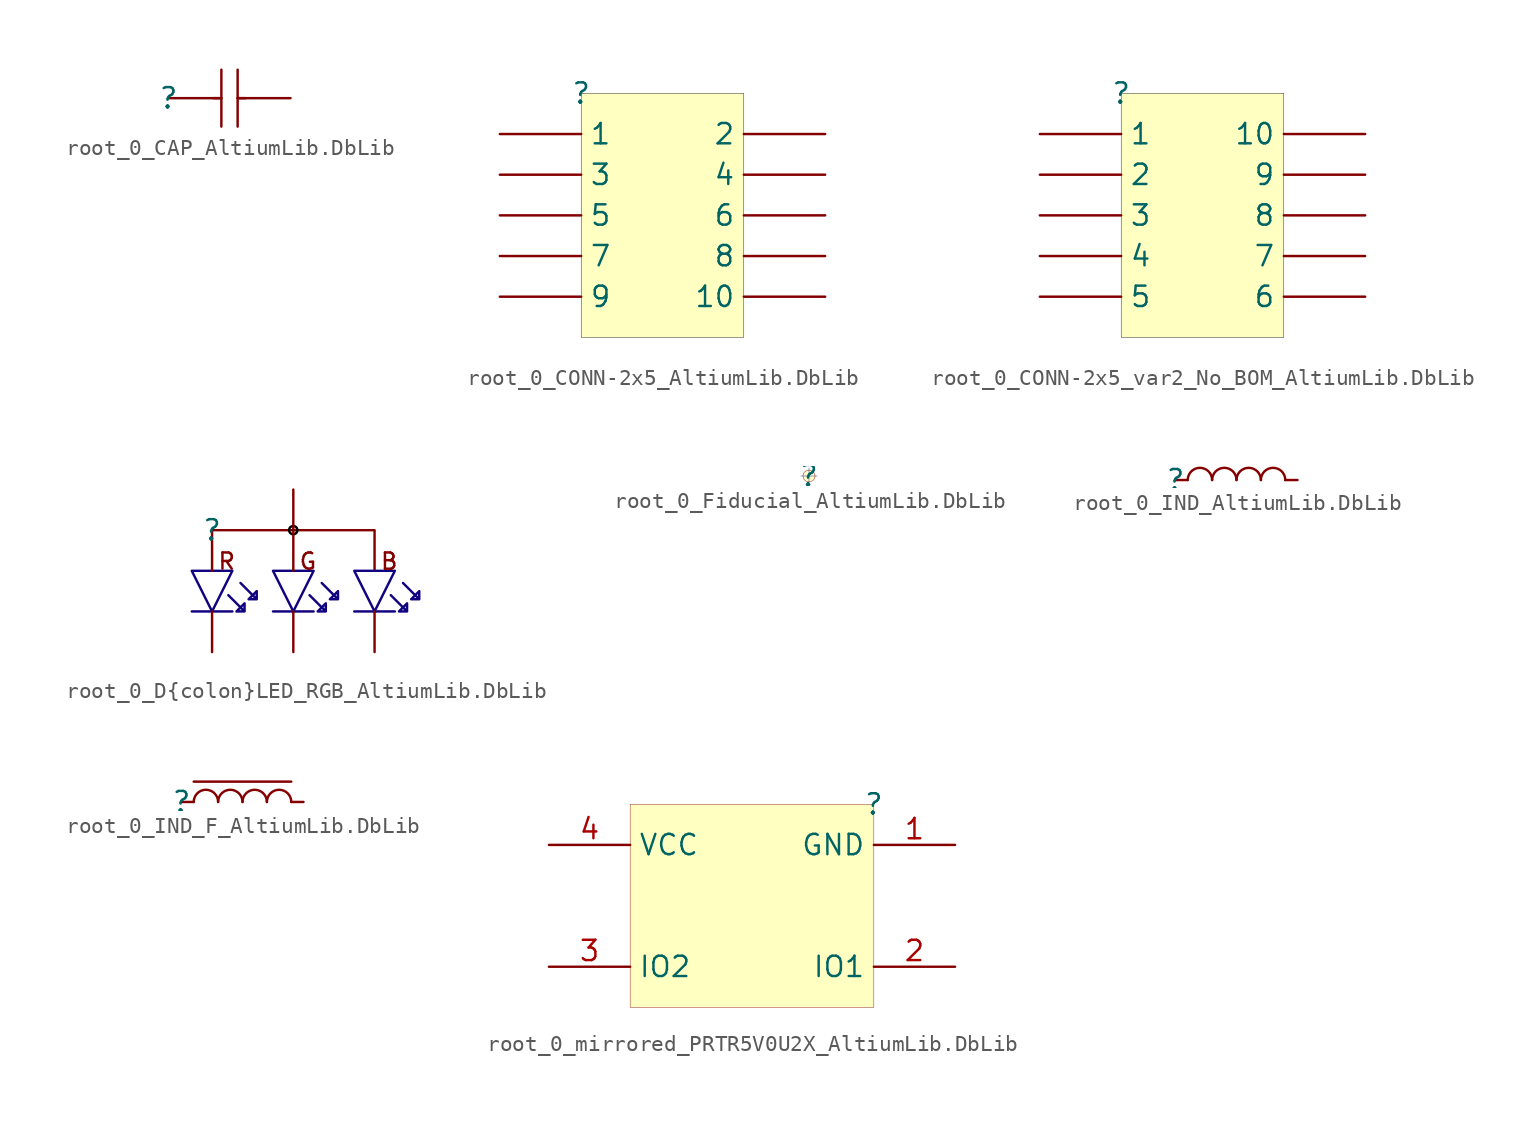
<source format=kicad_sym>
(kicad_symbol_lib
  (version 20241209)
  (generator "kicad_symbol_editor")
  (generator_version "9.0")
  (symbol "root_0_CAP_AltiumLib.DbLib"
    (pin_numbers
      (hide yes))
    (pin_names
      (hide yes))
    (property "Reference" ""
      (at 0 0 0)
      (effects (font (size 1.27 1.27))))
    (property "Value" ""
      (at 0 0 0)
      (effects (font (size 1.27 1.27))))
    (symbol "root_0_CAP_AltiumLib.DbLib_1_0"
      (polyline (pts (xy 3.302 0) (xy 2.794 0)) (stroke (width 0) (type solid)) (fill (type none)))
      (polyline (pts (xy 3.302 -1.778) (xy 3.302 1.778)) (stroke (width 0) (type solid)) (fill (type none)))
      (polyline (pts (xy 4.318 0) (xy 4.826 0)) (stroke (width 0) (type solid)) (fill (type none)))
      (polyline (pts (xy 4.318 -1.778) (xy 4.318 1.778)) (stroke (width 0) (type solid)) (fill (type none)))
      (pin passive line (at 0 0 0) (length 3.302) (name "1" (effects (font (size 1.27 1.27)))) (number "1" (effects (font (size 1.27 1.27)))))
      (pin passive line (at 7.62 0 180) (length 3.302) (name "2" (effects (font (size 1.27 1.27)))) (number "2" (effects (font (size 1.27 1.27)))))))
  (symbol "root_0_CONN-2x5_AltiumLib.DbLib"
    (pin_numbers
      (hide yes))
    (property "Reference" ""
      (at 0 0 0)
      (effects (font (size 1.27 1.27))))
    (property "Value" ""
      (at 0 0 0)
      (effects (font (size 1.27 1.27))))
    (symbol "root_0_CONN-2x5_AltiumLib.DbLib_1_0"
      (rectangle (start 10.16 0) (end 0 -15.24) (stroke (width 0.025) (type solid) (color 0 0 0 1)) (fill (type background)))
      (pin passive line (at -5.08 -2.54 0) (length 5.08) (name "1" (effects (font (size 1.27 1.27)))) (number "1" (effects (font (size 1.27 1.27)))))
      (pin passive line (at -5.08 -5.08 0) (length 5.08) (name "3" (effects (font (size 1.27 1.27)))) (number "3" (effects (font (size 1.27 1.27)))))
      (pin passive line (at -5.08 -7.62 0) (length 5.08) (name "5" (effects (font (size 1.27 1.27)))) (number "5" (effects (font (size 1.27 1.27)))))
      (pin passive line (at -5.08 -10.16 0) (length 5.08) (name "7" (effects (font (size 1.27 1.27)))) (number "7" (effects (font (size 1.27 1.27)))))
      (pin passive line (at -5.08 -12.7 0) (length 5.08) (name "9" (effects (font (size 1.27 1.27)))) (number "9" (effects (font (size 1.27 1.27)))))
      (pin passive line (at 15.24 -2.54 180) (length 5.08) (name "2" (effects (font (size 1.27 1.27)))) (number "2" (effects (font (size 1.27 1.27)))))
      (pin passive line (at 15.24 -5.08 180) (length 5.08) (name "4" (effects (font (size 1.27 1.27)))) (number "4" (effects (font (size 1.27 1.27)))))
      (pin passive line (at 15.24 -7.62 180) (length 5.08) (name "6" (effects (font (size 1.27 1.27)))) (number "6" (effects (font (size 1.27 1.27)))))
      (pin passive line (at 15.24 -10.16 180) (length 5.08) (name "8" (effects (font (size 1.27 1.27)))) (number "8" (effects (font (size 1.27 1.27)))))
      (pin passive line (at 15.24 -12.7 180) (length 5.08) (name "10" (effects (font (size 1.27 1.27)))) (number "10" (effects (font (size 1.27 1.27)))))))
  (symbol "root_0_CONN-2x5_var2_No_BOM_AltiumLib.DbLib"
    (pin_numbers
      (hide yes))
    (property "Reference" ""
      (at 0 0 0)
      (effects (font (size 1.27 1.27))))
    (property "Value" ""
      (at 0 0 0)
      (effects (font (size 1.27 1.27))))
    (symbol "root_0_CONN-2x5_var2_No_BOM_AltiumLib.DbLib_1_0"
      (rectangle (start 10.16 0) (end 0 -15.24) (stroke (width 0.025) (type solid) (color 0 0 0 1)) (fill (type background)))
      (pin passive line (at -5.08 -2.54 0) (length 5.08) (name "1" (effects (font (size 1.27 1.27)))) (number "1" (effects (font (size 1.27 1.27)))))
      (pin passive line (at -5.08 -5.08 0) (length 5.08) (name "2" (effects (font (size 1.27 1.27)))) (number "2" (effects (font (size 1.27 1.27)))))
      (pin passive line (at -5.08 -7.62 0) (length 5.08) (name "3" (effects (font (size 1.27 1.27)))) (number "3" (effects (font (size 1.27 1.27)))))
      (pin passive line (at -5.08 -10.16 0) (length 5.08) (name "4" (effects (font (size 1.27 1.27)))) (number "4" (effects (font (size 1.27 1.27)))))
      (pin passive line (at -5.08 -12.7 0) (length 5.08) (name "5" (effects (font (size 1.27 1.27)))) (number "5" (effects (font (size 1.27 1.27)))))
      (pin passive line (at 15.24 -2.54 180) (length 5.08) (name "10" (effects (font (size 1.27 1.27)))) (number "10" (effects (font (size 1.27 1.27)))))
      (pin passive line (at 15.24 -5.08 180) (length 5.08) (name "9" (effects (font (size 1.27 1.27)))) (number "9" (effects (font (size 1.27 1.27)))))
      (pin passive line (at 15.24 -7.62 180) (length 5.08) (name "8" (effects (font (size 1.27 1.27)))) (number "8" (effects (font (size 1.27 1.27)))))
      (pin passive line (at 15.24 -10.16 180) (length 5.08) (name "7" (effects (font (size 1.27 1.27)))) (number "7" (effects (font (size 1.27 1.27)))))
      (pin passive line (at 15.24 -12.7 180) (length 5.08) (name "6" (effects (font (size 1.27 1.27)))) (number "6" (effects (font (size 1.27 1.27)))))))
  (symbol "root_0_D{colon}LED_RGB_AltiumLib.DbLib"
    (pin_numbers
      (hide yes))
    (pin_names
      (hide yes))
    (property "Reference" ""
      (at 0 0 0)
      (effects (font (size 1.27 1.27))))
    (property "Value" ""
      (at 0 0 0)
      (effects (font (size 1.27 1.27))))
    (symbol "root_0_D{colon}LED_RGB_AltiumLib.DbLib_1_0"
      (polyline (pts (xy -1.27 -2.54) (xy 0 -5.08) (xy 1.27 -2.54) (xy -1.27 -2.54)) (stroke (width 0) (type solid) (color 17 3 127 1)) (fill (type none)))
      (polyline (pts (xy -1.27 -5.08) (xy 0 -5.08)) (stroke (width 0) (type solid) (color 17 3 127 1)) (fill (type none)))
      (polyline (pts (xy 0 -2.54) (xy 0 0) (xy 10.16 0) (xy 10.16 -2.54)) (stroke (width 0) (type solid)) (fill (type none)))
      (polyline (pts (xy 0 -5.08) (xy 1.27 -5.08)) (stroke (width 0) (type solid) (color 17 3 127 1)) (fill (type none)))
      (polyline (pts (xy 1.016 -4.064) (xy 2.032 -5.08) (xy 2.032 -4.572) (xy 1.524 -5.08) (xy 2.032 -5.08)) (stroke (width 0) (type solid) (color 17 3 127 1)) (fill (type none)))
      (polyline (pts (xy 1.778 -3.302) (xy 2.794 -4.318) (xy 2.794 -3.81) (xy 2.286 -4.318) (xy 2.794 -4.318)) (stroke (width 0) (type solid) (color 17 3 127 1)) (fill (type none)))
      (polyline (pts (xy 3.81 -2.54) (xy 5.08 -5.08) (xy 6.35 -2.54) (xy 3.81 -2.54)) (stroke (width 0) (type solid) (color 17 3 127 1)) (fill (type none)))
      (polyline (pts (xy 3.81 -5.08) (xy 5.08 -5.08)) (stroke (width 0) (type solid) (color 17 3 127 1)) (fill (type none)))
      (arc (start 5.3332 -0.0198) (mid 4.8262 0.0099) (end 5.334 0) (stroke (width 0) (type solid) (color 0 0 0 1)) (fill (type none)))
      (polyline (pts (xy 5.08 -2.54) (xy 5.08 0)) (stroke (width 0) (type solid)) (fill (type none)))
      (polyline (pts (xy 5.08 -5.08) (xy 6.35 -5.08)) (stroke (width 0) (type solid) (color 17 3 127 1)) (fill (type none)))
      (polyline (pts (xy 6.096 -4.064) (xy 7.112 -5.08) (xy 7.112 -4.572) (xy 6.604 -5.08) (xy 7.112 -5.08)) (stroke (width 0) (type solid) (color 17 3 127 1)) (fill (type none)))
      (polyline (pts (xy 6.858 -3.302) (xy 7.874 -4.318) (xy 7.874 -3.81) (xy 7.366 -4.318) (xy 7.874 -4.318)) (stroke (width 0) (type solid) (color 17 3 127 1)) (fill (type none)))
      (polyline (pts (xy 8.89 -2.54) (xy 10.16 -5.08) (xy 11.43 -2.54) (xy 8.89 -2.54)) (stroke (width 0) (type solid) (color 17 3 127 1)) (fill (type none)))
      (polyline (pts (xy 8.89 -5.08) (xy 10.16 -5.08)) (stroke (width 0) (type solid) (color 17 3 127 1)) (fill (type none)))
      (polyline (pts (xy 10.16 -5.08) (xy 11.43 -5.08)) (stroke (width 0) (type solid) (color 17 3 127 1)) (fill (type none)))
      (polyline (pts (xy 11.176 -4.064) (xy 12.192 -5.08) (xy 12.192 -4.572) (xy 11.684 -5.08) (xy 12.192 -5.08)) (stroke (width 0) (type solid) (color 17 3 127 1)) (fill (type none)))
      (polyline (pts (xy 11.938 -3.302) (xy 12.954 -4.318) (xy 12.954 -3.81) (xy 12.446 -4.318) (xy 12.954 -4.318)) (stroke (width 0) (type solid) (color 17 3 127 1)) (fill (type none)))
      (text "R" (at 1.524 -2.54 0) (effects (font (size 1.016 1.016)) (justify right bottom)))
      (text "G" (at 6.604 -2.54 0) (effects (font (size 1.016 1.016)) (justify right bottom)))
      (text "B" (at 11.684 -2.54 0) (effects (font (size 1.016 1.016)) (justify right bottom)))
      (pin passive line (at 0 -7.62 90) (length 2.54) (name "C_RED" (effects (font (size 1.27 1.27)))) (number "1" (effects (font (size 1.27 1.27)))))
      (pin passive line (at 5.08 2.54 270) (length 2.54) (name "A" (effects (font (size 1.27 1.27)))) (number "4" (effects (font (size 1.27 1.27)))))
      (pin passive line (at 5.08 -7.62 90) (length 2.54) (name "C_GREEN" (effects (font (size 1.27 1.27)))) (number "2" (effects (font (size 1.27 1.27)))))
      (pin passive line (at 10.16 -7.62 90) (length 2.54) (name "C_BLUE" (effects (font (size 1.27 1.27)))) (number "3" (effects (font (size 1.27 1.27)))))))
  (symbol "root_0_Fiducial_AltiumLib.DbLib"
    (pin_numbers
      (hide yes))
    (pin_names
      (hide yes))
    (property "Reference" ""
      (at 0 0 0)
      (effects (font (size 1.27 1.27))))
    (property "Value" ""
      (at 0 0 0)
      (effects (font (size 1.27 1.27))))
    (symbol "root_0_Fiducial_AltiumLib.DbLib_1_0"
      (polyline (pts (xy -0.508 0) (xy 0.508 0)) (stroke (width 0.025) (type solid) (color 0 0 180 1)) (fill (type none)))
      (bezier (pts (xy -0.378 0) (xy -0.378 -0.205) (xy -0.209 -0.372) (xy 0 -0.372)) (stroke (width 0.025) (type solid)) (fill (type background)))
      (polyline (pts (xy 0 0.508) (xy 0 -0.508)) (stroke (width 0.025) (type solid) (color 0 0 180 1)) (fill (type none)))
      (bezier (pts (xy 0 0.372) (xy -0.209 0.372) (xy -0.378 0.205) (xy -0.378 0)) (stroke (width 0.025) (type solid)) (fill (type background)))
      (bezier (pts (xy 0 -0.372) (xy 0.209 -0.372) (xy 0.378 -0.205) (xy 0.378 0)) (stroke (width 0.025) (type solid)) (fill (type background)))
      (polyline (pts (xy 0.378 0) (xy 0 0.372) (xy -0.378 0) (xy 0 -0.372) (xy 0.378 0)) (stroke (width -0.0001) (type default)) (fill (type background)))
      (bezier (pts (xy 0.378 0) (xy 0.378 0.205) (xy 0.209 0.372) (xy 0 0.372)) (stroke (width 0.025) (type solid)) (fill (type background)))))
  (symbol "root_0_IND_AltiumLib.DbLib"
    (pin_numbers
      (hide yes))
    (pin_names
      (hide yes))
    (property "Reference" ""
      (at 0 0 0)
      (effects (font (size 1.27 1.27))))
    (property "Value" ""
      (at 0 0 0)
      (effects (font (size 1.27 1.27))))
    (symbol "root_0_IND_AltiumLib.DbLib_1_0"
      (arc (start 0.762 0) (mid 1.524 0.762) (end 2.286 0) (stroke (width 0) (type solid)) (fill (type none)))
      (arc (start 2.286 0) (mid 3.048 0.762) (end 3.81 0) (stroke (width 0) (type solid)) (fill (type none)))
      (arc (start 3.81 0) (mid 4.572 0.762) (end 5.334 0) (stroke (width 0) (type solid)) (fill (type none)))
      (arc (start 5.334 0) (mid 6.096 0.762) (end 6.858 0) (stroke (width 0) (type solid)) (fill (type none)))
      (pin passive line (at 0 0 0) (length 0.762) (name "1" (effects (font (size 1.27 1.27)))) (number "1" (effects (font (size 1.27 1.27)))))
      (pin passive line (at 7.62 0 180) (length 0.762) (name "2" (effects (font (size 1.27 1.27)))) (number "2" (effects (font (size 1.27 1.27)))))))
  (symbol "root_0_IND_F_AltiumLib.DbLib"
    (pin_numbers
      (hide yes))
    (pin_names
      (hide yes))
    (property "Reference" ""
      (at 0 0 0)
      (effects (font (size 1.27 1.27))))
    (property "Value" ""
      (at 0 0 0)
      (effects (font (size 1.27 1.27))))
    (symbol "root_0_IND_F_AltiumLib.DbLib_1_0"
      (polyline (pts (xy 0.762 1.27) (xy 6.858 1.27)) (stroke (width 0) (type solid)) (fill (type none)))
      (arc (start 0.762 0) (mid 1.524 0.762) (end 2.286 0) (stroke (width 0) (type solid)) (fill (type none)))
      (arc (start 2.286 0) (mid 3.048 0.762) (end 3.81 0) (stroke (width 0) (type solid)) (fill (type none)))
      (arc (start 3.81 0) (mid 4.572 0.762) (end 5.334 0) (stroke (width 0) (type solid)) (fill (type none)))
      (arc (start 5.334 0) (mid 6.096 0.762) (end 6.858 0) (stroke (width 0) (type solid)) (fill (type none)))
      (pin passive line (at 0 0 0) (length 0.762) (name "1" (effects (font (size 1.27 1.27)))) (number "1" (effects (font (size 1.27 1.27)))))
      (pin passive line (at 7.62 0 180) (length 0.762) (name "2" (effects (font (size 1.27 1.27)))) (number "2" (effects (font (size 1.27 1.27)))))))
  (symbol "root_0_mirrored_PRTR5V0U2X_AltiumLib.DbLib"
    (property "Reference" ""
      (at 0 0 0)
      (effects (font (size 1.27 1.27))))
    (property "Value" ""
      (at 0 0 0)
      (effects (font (size 1.27 1.27))))
    (symbol "root_0_mirrored_PRTR5V0U2X_AltiumLib.DbLib_1_0"
      (rectangle (start 0 0) (end -15.24 -12.7) (stroke (width 0.025) (type solid) (color 128 0 0 1)) (fill (type background)))
      (pin passive line (at -20.32 -2.54 0) (length 5.08) (name "VCC" (effects (font (size 1.27 1.27)))) (number "4" (effects (font (size 1.27 1.27)))))
      (pin passive line (at -20.32 -10.16 0) (length 5.08) (name "IO2" (effects (font (size 1.27 1.27)))) (number "3" (effects (font (size 1.27 1.27)))))
      (pin passive line (at 5.08 -2.54 180) (length 5.08) (name "GND" (effects (font (size 1.27 1.27)))) (number "1" (effects (font (size 1.27 1.27)))))
      (pin passive line (at 5.08 -10.16 180) (length 5.08) (name "IO1" (effects (font (size 1.27 1.27)))) (number "2" (effects (font (size 1.27 1.27))))))))
</source>
